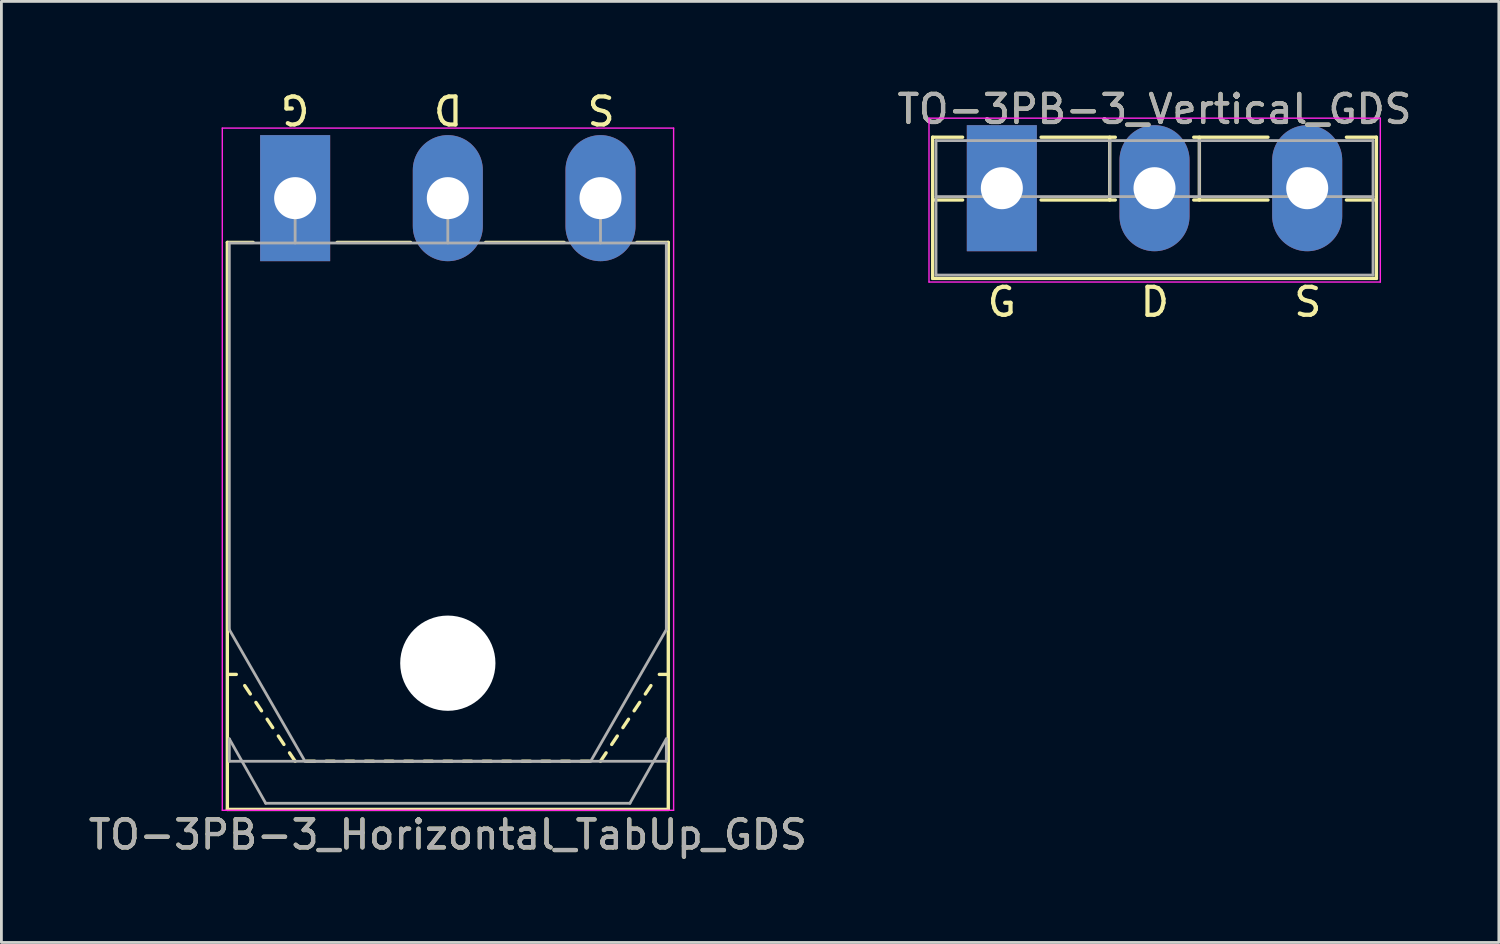
<source format=kicad_pcb>
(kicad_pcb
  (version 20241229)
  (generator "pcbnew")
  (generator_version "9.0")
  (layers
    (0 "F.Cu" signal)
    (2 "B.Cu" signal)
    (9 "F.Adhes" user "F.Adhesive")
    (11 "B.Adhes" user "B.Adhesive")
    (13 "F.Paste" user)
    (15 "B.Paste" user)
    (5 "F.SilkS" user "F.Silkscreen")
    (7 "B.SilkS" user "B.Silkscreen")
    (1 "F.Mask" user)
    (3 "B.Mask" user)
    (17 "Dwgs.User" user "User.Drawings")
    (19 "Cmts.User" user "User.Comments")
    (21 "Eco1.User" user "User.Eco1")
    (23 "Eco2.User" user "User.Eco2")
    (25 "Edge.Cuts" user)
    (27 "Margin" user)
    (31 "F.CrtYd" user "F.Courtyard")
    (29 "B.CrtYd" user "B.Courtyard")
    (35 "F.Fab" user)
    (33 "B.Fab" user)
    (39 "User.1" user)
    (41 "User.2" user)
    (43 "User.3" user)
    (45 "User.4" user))
  (footprint "TO-3PB-3_Vertical_GDS"
    (layer "F.Cu")
    (at 32.711 3.668)
    (property "Reference" "TO-3PB-3_Vertical_GDS" (at 5.45 -2.82 0) (layer "F.SilkS") (effects (font (size 1 1) (thickness 0.15))))
    (fp_line (start -2.47 -1.82) (end -2.47 3.22) (stroke (width 0.12) (type solid)) (layer "F.SilkS"))
    (fp_line (start -2.47 -1.82) (end -1.4 -1.82) (stroke (width 0.12) (type solid)) (layer "F.SilkS"))
    (fp_line (start -2.47 0.421) (end -1.4 0.421) (stroke (width 0.12) (type solid)) (layer "F.SilkS"))
    (fp_line (start -2.47 3.22) (end 13.37 3.22) (stroke (width 0.12) (type solid)) (layer "F.SilkS"))
    (fp_line (start 1.4 -1.82) (end 4.051 -1.82) (stroke (width 0.12) (type solid)) (layer "F.SilkS"))
    (fp_line (start 1.4 0.421) (end 4.051 0.421) (stroke (width 0.12) (type solid)) (layer "F.SilkS"))
    (fp_line (start 3.85 -1.82) (end 3.85 0.421) (stroke (width 0.12) (type solid)) (layer "F.SilkS"))
    (fp_line (start 6.85 -1.82) (end 9.5 -1.82) (stroke (width 0.12) (type solid)) (layer "F.SilkS"))
    (fp_line (start 6.85 0.421) (end 9.5 0.421) (stroke (width 0.12) (type solid)) (layer "F.SilkS"))
    (fp_line (start 7.051 -1.82) (end 7.051 0.421) (stroke (width 0.12) (type solid)) (layer "F.SilkS"))
    (fp_line (start 12.3 -1.82) (end 13.37 -1.82) (stroke (width 0.12) (type solid)) (layer "F.SilkS"))
    (fp_line (start 12.3 0.421) (end 13.37 0.421) (stroke (width 0.12) (type solid)) (layer "F.SilkS"))
    (fp_line (start 13.37 -1.82) (end 13.37 3.22) (stroke (width 0.12) (type solid)) (layer "F.SilkS"))
    (fp_line (start -2.6 -2.5) (end -2.6 3.35) (stroke (width 0.05) (type solid)) (layer "F.CrtYd"))
    (fp_line (start -2.6 3.35) (end 13.51 3.35) (stroke (width 0.05) (type solid)) (layer "F.CrtYd"))
    (fp_line (start 13.51 -2.5) (end -2.6 -2.5) (stroke (width 0.05) (type solid)) (layer "F.CrtYd"))
    (fp_line (start 13.51 3.35) (end 13.51 -2.5) (stroke (width 0.05) (type solid)) (layer "F.CrtYd"))
    (fp_line (start -2.35 -1.7) (end -2.35 3.1) (stroke (width 0.1) (type solid)) (layer "F.Fab"))
    (fp_line (start -2.35 0.3) (end 13.25 0.3) (stroke (width 0.1) (type solid)) (layer "F.Fab"))
    (fp_line (start -2.35 3.1) (end 13.25 3.1) (stroke (width 0.1) (type solid)) (layer "F.Fab"))
    (fp_line (start 3.85 -1.7) (end 3.85 0.3) (stroke (width 0.1) (type solid)) (layer "F.Fab"))
    (fp_line (start 7.05 -1.7) (end 7.05 0.3) (stroke (width 0.1) (type solid)) (layer "F.Fab"))
    (fp_line (start 13.25 -1.7) (end -2.35 -1.7) (stroke (width 0.1) (type solid)) (layer "F.Fab"))
    (fp_line (start 13.25 3.1) (end 13.25 -1.7) (stroke (width 0.1) (type solid)) (layer "F.Fab"))
    (fp_text user "D" (at 5.461 4.064 0) (unlocked yes) (layer "F.SilkS") (effects (font (size 1 1) (thickness 0.15))))
    (fp_text user "S" (at 10.922 4.064 0) (unlocked yes) (layer "F.SilkS") (effects (font (size 1 1) (thickness 0.15))))
    (fp_text user "G" (at 0 4.064 0) (unlocked yes) (layer "F.SilkS") (effects (font (size 1 1) (thickness 0.15))))
    (fp_text user "${REFERENCE}" (at 5.45 -2.82 0) (layer "F.Fab") (effects (font (size 1 1) (thickness 0.15))))
    (pad "1" thru_hole rect (at 0 0) (size 2.5 4.5) (drill 1.5) (layers "*.Cu" "*.Mask"))
    (pad "2" thru_hole oval (at 5.45 0) (size 2.5 4.5) (drill 1.5) (layers "*.Cu" "*.Mask"))
    (pad "3" thru_hole oval (at 10.9 0) (size 2.5 4.5) (drill 1.5) (layers "*.Cu" "*.Mask")))
  (footprint "TO-3PB-3_Horizontal_TabUp_GDS"
    (layer "F.Cu")
    (at 7.485 4.023)
    (property "Reference" "TO-3PB-3_Horizontal_TabUp_GDS" (at 5.45 22.72 0) (layer "F.SilkS") (effects (font (size 1 1) (thickness 0.15))))
    (fp_line (start -2.42 21.82) (end -2.42 1.58) (stroke (width 0.12) (type solid)) (layer "F.SilkS"))
    (fp_line (start -2.1 17) (end -2.4 17) (stroke (width 0.12) (type solid)) (layer "F.SilkS"))
    (fp_line (start -1.8 17.4) (end -1.6 17.7) (stroke (width 0.12) (type solid)) (layer "F.SilkS"))
    (fp_line (start -1.5 1.58) (end -2.42 1.58) (stroke (width 0.12) (type solid)) (layer "F.SilkS"))
    (fp_line (start -1.4 18) (end -1.2 18.3) (stroke (width 0.12) (type solid)) (layer "F.SilkS"))
    (fp_line (start -1 18.6) (end -0.8 18.9) (stroke (width 0.12) (type solid)) (layer "F.SilkS"))
    (fp_line (start -0.6 19.2) (end -0.4 19.5) (stroke (width 0.12) (type solid)) (layer "F.SilkS"))
    (fp_line (start -0.2 19.8) (end 0 20.1) (stroke (width 0.12) (type solid)) (layer "F.SilkS"))
    (fp_line (start 0.7 20.1) (end 0.4 20.1) (stroke (width 0.12) (type solid)) (layer "F.SilkS"))
    (fp_line (start 1.4 20.1) (end 1.1 20.1) (stroke (width 0.12) (type solid)) (layer "F.SilkS"))
    (fp_line (start 2.1 20.1) (end 1.8 20.1) (stroke (width 0.12) (type solid)) (layer "F.SilkS"))
    (fp_line (start 2.8 20.1) (end 2.5 20.1) (stroke (width 0.12) (type solid)) (layer "F.SilkS"))
    (fp_line (start 3.5 20.1) (end 3.2 20.1) (stroke (width 0.12) (type solid)) (layer "F.SilkS"))
    (fp_line (start 4.12 1.58) (end 1.5 1.58) (stroke (width 0.12) (type solid)) (layer "F.SilkS"))
    (fp_line (start 4.2 20.1) (end 3.9 20.1) (stroke (width 0.12) (type solid)) (layer "F.SilkS"))
    (fp_line (start 4.9 20.1) (end 4.6 20.1) (stroke (width 0.12) (type solid)) (layer "F.SilkS"))
    (fp_line (start 5.6 20.1) (end 5.3 20.1) (stroke (width 0.12) (type solid)) (layer "F.SilkS"))
    (fp_line (start 6.3 20.1) (end 6 20.1) (stroke (width 0.12) (type solid)) (layer "F.SilkS"))
    (fp_line (start 7 20.1) (end 6.7 20.1) (stroke (width 0.12) (type solid)) (layer "F.SilkS"))
    (fp_line (start 7.7 20.1) (end 7.4 20.1) (stroke (width 0.12) (type solid)) (layer "F.SilkS"))
    (fp_line (start 8.4 20.1) (end 8.1 20.1) (stroke (width 0.12) (type solid)) (layer "F.SilkS"))
    (fp_line (start 9.1 20.1) (end 8.8 20.1) (stroke (width 0.12) (type solid)) (layer "F.SilkS"))
    (fp_line (start 9.6 1.58) (end 6.8 1.58) (stroke (width 0.12) (type solid)) (layer "F.SilkS"))
    (fp_line (start 9.8 20.1) (end 9.5 20.1) (stroke (width 0.12) (type solid)) (layer "F.SilkS"))
    (fp_line (start 10.5 20.1) (end 10.2 20.1) (stroke (width 0.12) (type solid)) (layer "F.SilkS"))
    (fp_line (start 11.1 19.8) (end 10.9 20.1) (stroke (width 0.12) (type solid)) (layer "F.SilkS"))
    (fp_line (start 11.5 19.2) (end 11.3 19.5) (stroke (width 0.12) (type solid)) (layer "F.SilkS"))
    (fp_line (start 11.9 18.6) (end 11.7 18.9) (stroke (width 0.12) (type solid)) (layer "F.SilkS"))
    (fp_line (start 12.3 18) (end 12.1 18.3) (stroke (width 0.12) (type solid)) (layer "F.SilkS"))
    (fp_line (start 12.7 17.4) (end 12.5 17.7) (stroke (width 0.12) (type solid)) (layer "F.SilkS"))
    (fp_line (start 13 17) (end 13.3 17) (stroke (width 0.12) (type solid)) (layer "F.SilkS"))
    (fp_line (start 13.32 1.58) (end 12.2 1.58) (stroke (width 0.12) (type solid)) (layer "F.SilkS"))
    (fp_line (start 13.32 21.82) (end -2.42 21.82) (stroke (width 0.12) (type solid)) (layer "F.SilkS"))
    (fp_line (start 13.32 21.82) (end 13.32 1.58) (stroke (width 0.12) (type solid)) (layer "F.SilkS"))
    (fp_line (start -2.6 -2.5) (end -2.6 21.85) (stroke (width 0.05) (type solid)) (layer "F.CrtYd"))
    (fp_line (start -2.6 21.85) (end 13.51 21.85) (stroke (width 0.05) (type solid)) (layer "F.CrtYd"))
    (fp_line (start 13.51 -2.5) (end -2.6 -2.5) (stroke (width 0.05) (type solid)) (layer "F.CrtYd"))
    (fp_line (start 13.51 21.85) (end 13.51 -2.5) (stroke (width 0.05) (type solid)) (layer "F.CrtYd"))
    (fp_line (start -2.35 1.6) (end -2.35 15.401) (stroke (width 0.1) (type solid)) (layer "F.Fab"))
    (fp_line (start -2.35 15.401) (end 0.351 20.1) (stroke (width 0.1) (type solid)) (layer "F.Fab"))
    (fp_line (start -2.35 19.3) (end -1.05 21.6) (stroke (width 0.1) (type solid)) (layer "F.Fab"))
    (fp_line (start -2.35 20.1) (end -2.35 19.3) (stroke (width 0.1) (type solid)) (layer "F.Fab"))
    (fp_line (start -1.05 21.6) (end 11.95 21.6) (stroke (width 0.1) (type solid)) (layer "F.Fab"))
    (fp_line (start 0 1.6) (end 0 0) (stroke (width 0.1) (type solid)) (layer "F.Fab"))
    (fp_line (start 0.351 20.1) (end 10.55 20.1) (stroke (width 0.1) (type solid)) (layer "F.Fab"))
    (fp_line (start 5.45 1.6) (end 5.45 0) (stroke (width 0.1) (type solid)) (layer "F.Fab"))
    (fp_line (start 10.55 20.1) (end 13.25 15.401) (stroke (width 0.1) (type solid)) (layer "F.Fab"))
    (fp_line (start 10.9 1.6) (end 10.9 0) (stroke (width 0.1) (type solid)) (layer "F.Fab"))
    (fp_line (start 11.95 21.6) (end 13.25 19.3) (stroke (width 0.1) (type solid)) (layer "F.Fab"))
    (fp_line (start 13.25 1.6) (end -2.35 1.6) (stroke (width 0.1) (type solid)) (layer "F.Fab"))
    (fp_line (start 13.25 15.401) (end 13.25 1.6) (stroke (width 0.1) (type solid)) (layer "F.Fab"))
    (fp_line (start 13.25 19.3) (end 13.25 20.1) (stroke (width 0.1) (type solid)) (layer "F.Fab"))
    (fp_line (start 13.25 20.1) (end -2.35 20.1) (stroke (width 0.1) (type solid)) (layer "F.Fab"))
    (fp_circle (center 5.45 16.6) (end 7.05 16.6) (stroke (width 0.1) (type solid)) (fill no) (layer "F.Fab"))
    (fp_text user "G" (at 0 -3.175 180) (unlocked yes) (layer "F.SilkS") (effects (font (size 1 1) (thickness 0.15))))
    (fp_text user "S" (at 10.922 -3.175 180) (unlocked yes) (layer "F.SilkS") (effects (font (size 1 1) (thickness 0.15))))
    (fp_text user "D" (at 5.461 -3.175 180) (unlocked yes) (layer "F.SilkS") (effects (font (size 1 1) (thickness 0.15))))
    (fp_text user "${REFERENCE}" (at 5.45 22.72 0) (layer "F.Fab") (effects (font (size 1 1) (thickness 0.15))))
    (pad "" np_thru_hole oval (at 5.45 16.6) (size 3.4 3.4) (drill 3.4) (layers "*.Cu" "*.Mask"))
    (pad "1" thru_hole rect (at 0 0) (size 2.5 4.5) (drill 1.5) (layers "*.Cu" "*.Mask"))
    (pad "2" thru_hole oval (at 5.45 0) (size 2.5 4.5) (drill 1.5) (layers "*.Cu" "*.Mask"))
    (pad "3" thru_hole oval (at 10.9 0) (size 2.5 4.5) (drill 1.5) (layers "*.Cu" "*.Mask")))
  (gr_rect
    (start -3 -3)
    (end 50.452 30.591)
    (stroke (width 0.1) (type default))
    (fill no)
    (layer "Edge.Cuts")))
</source>
